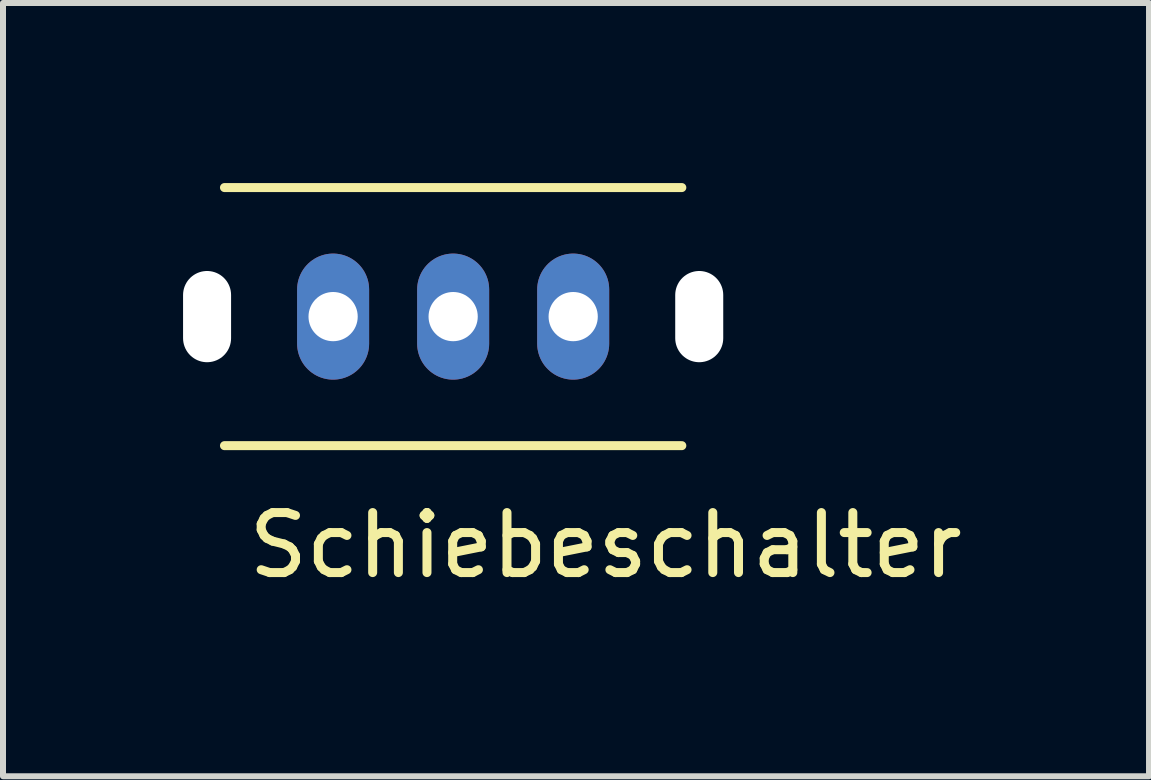
<source format=kicad_pcb>
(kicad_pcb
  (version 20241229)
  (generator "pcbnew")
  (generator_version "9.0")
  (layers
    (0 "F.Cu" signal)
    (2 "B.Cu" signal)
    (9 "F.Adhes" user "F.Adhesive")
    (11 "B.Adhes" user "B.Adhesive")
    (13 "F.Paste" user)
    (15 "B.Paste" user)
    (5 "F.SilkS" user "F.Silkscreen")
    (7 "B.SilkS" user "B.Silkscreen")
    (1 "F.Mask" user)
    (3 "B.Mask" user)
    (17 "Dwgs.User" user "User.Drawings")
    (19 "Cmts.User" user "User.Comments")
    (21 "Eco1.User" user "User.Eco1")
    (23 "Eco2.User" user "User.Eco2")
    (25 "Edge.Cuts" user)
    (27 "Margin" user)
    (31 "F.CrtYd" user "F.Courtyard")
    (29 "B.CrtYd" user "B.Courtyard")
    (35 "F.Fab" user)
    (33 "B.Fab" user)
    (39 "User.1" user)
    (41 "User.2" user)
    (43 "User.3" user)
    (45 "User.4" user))
  (footprint "Schiebeschalter"
    (layer "F.Cu")
    (at 4.5 2.225)
    (property "Reference" "Schiebeschalter" (at 2.54 3.81 0) (layer "F.SilkS") (effects (font (size 1 1) (thickness 0.15))))
    (attr through_hole)
    (fp_line (start -3.81 -2.15) (end 3.81 -2.15) (stroke (width 0.15) (type solid)) (layer "F.SilkS"))
    (fp_line (start 3.81 2.15) (end -3.81 2.15) (stroke (width 0.15) (type solid)) (layer "F.SilkS"))
    (pad "" np_thru_hole oval (at -4.1 0) (size 0.8 1.52) (drill oval 0.8 1.52) (layers "*.Cu" "*.Mask"))
    (pad "" np_thru_hole oval (at 4.1 0) (size 0.8 1.52) (drill oval 0.8 1.52) (layers "*.Cu" "*.Mask"))
    (pad "1" thru_hole oval (at -2 0) (size 1.2 2.1) (drill 0.82) (layers "*.Cu" "*.Mask"))
    (pad "2" thru_hole oval (at 0 0) (size 1.2 2.1) (drill 0.82) (layers "*.Cu" "*.Mask"))
    (pad "3" thru_hole oval (at 2 0) (size 1.2 2.1) (drill 0.82) (layers "*.Cu" "*.Mask")))
  (gr_rect
    (start -3 -3)
    (end 16.094 9.883)
    (stroke (width 0.1) (type default))
    (fill no)
    (layer "Edge.Cuts")))
</source>
